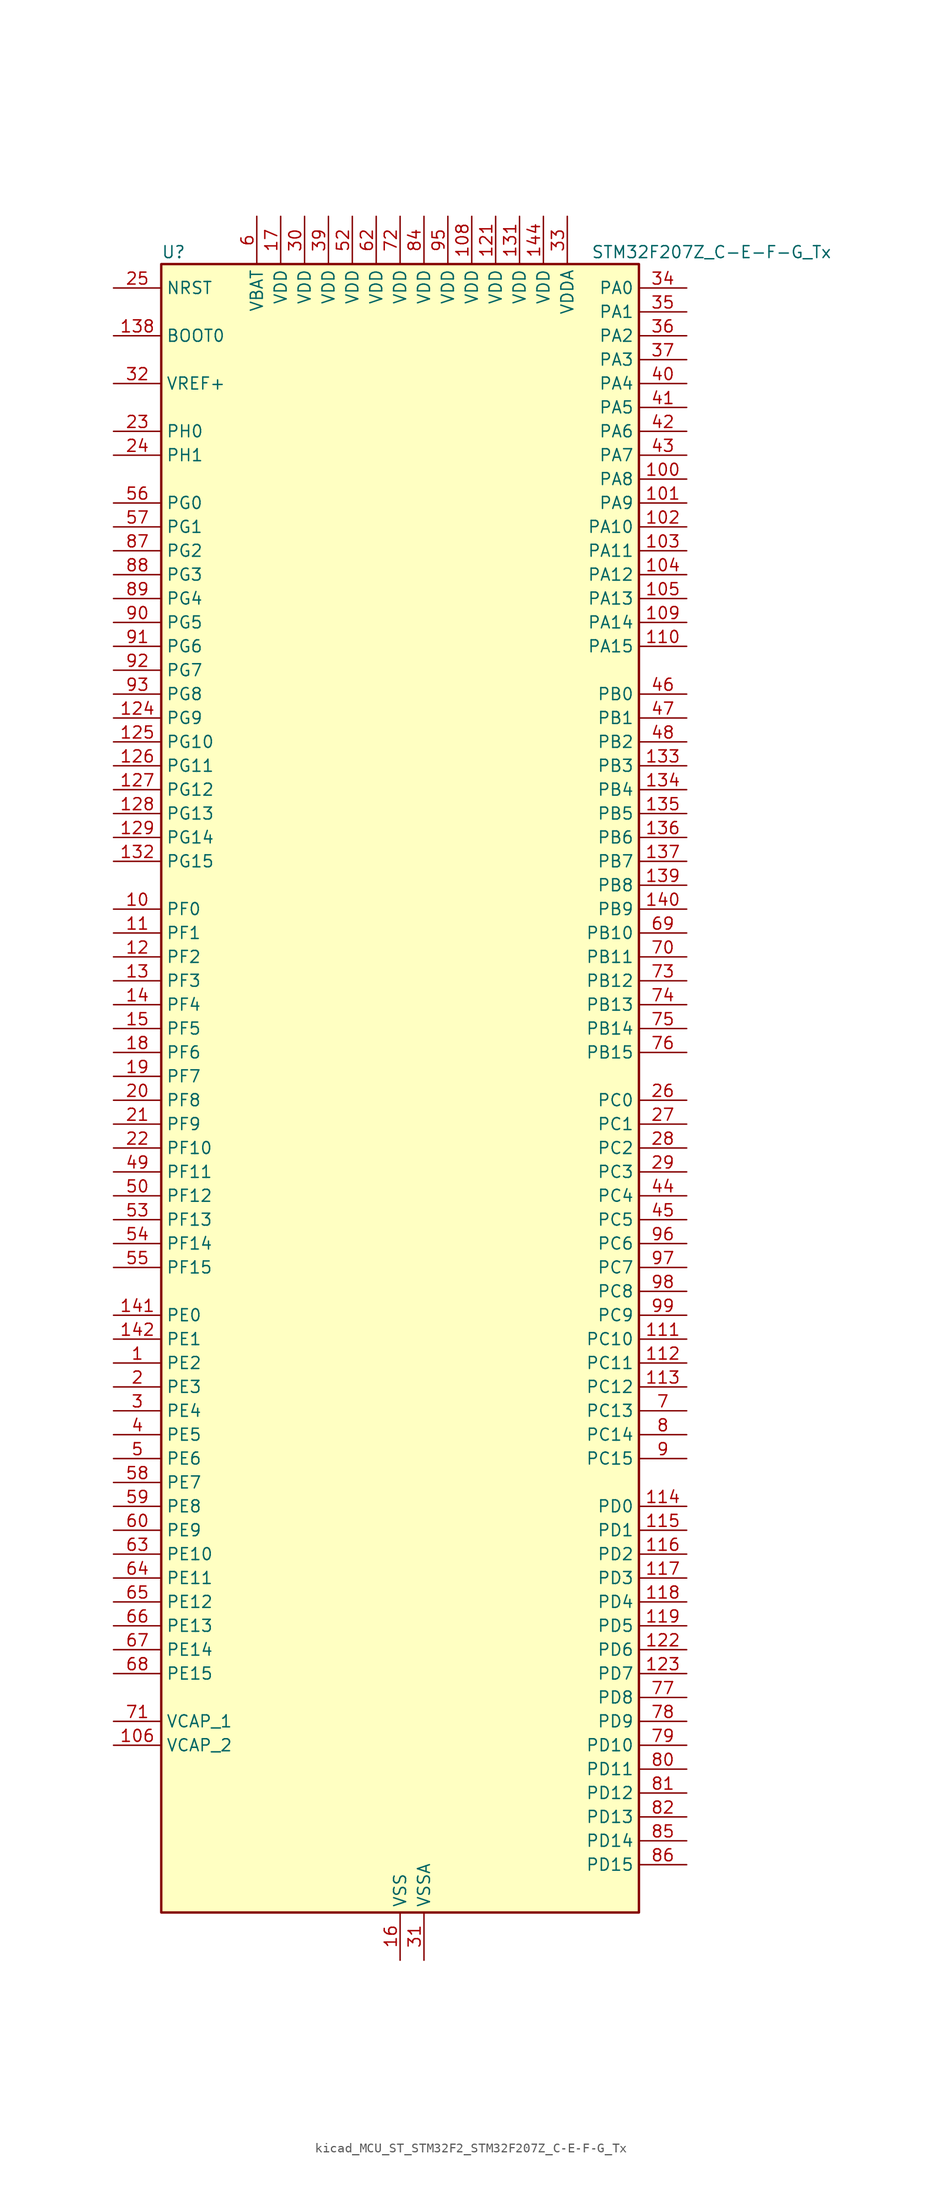
<source format=kicad_sym>
(kicad_symbol_lib
  (version 20220914)
  (generator kicad_symbol_editor)
  (symbol "kicad_MCU_ST_STM32F2_STM32F207Z_C-E-F-G_Tx"
    (property "Reference" "U"
      (at -25.4 90.17 0)
      (effects (font (size 1.27 1.27)) (justify left)))
    (property "Value" "STM32F207Z_C-E-F-G_Tx"
      (at 20.32 90.17 0)
      (effects (font (size 1.27 1.27)) (justify left)))
    (property "ki_locked" ""
      (at 0 0 0)
      (effects (font (size 1.27 1.27))))
    (symbol "kicad_MCU_ST_STM32F2_STM32F207Z_C-E-F-G_Tx_0_1"
      (rectangle (start -25.4 -86.36) (end 25.4 88.9) (stroke (width 0.254) (type default)) (fill (type background))))
    (symbol "kicad_MCU_ST_STM32F2_STM32F207Z_C-E-F-G_Tx_1_1"
      (pin bidirectional line (at -30.48 -27.94 0) (length 5.08) (name "PE2" (effects (font (size 1.27 1.27)))) (number "1" (effects (font (size 1.27 1.27)))) (alternate "ETH_TXD3" bidirectional line) (alternate "FSMC_A23" bidirectional line) (alternate "SYS_TRACECLK" bidirectional line))
      (pin bidirectional line (at -30.48 20.32 0) (length 5.08) (name "PF0" (effects (font (size 1.27 1.27)))) (number "10" (effects (font (size 1.27 1.27)))) (alternate "FSMC_A0" bidirectional line) (alternate "I2C2_SDA" bidirectional line))
      (pin bidirectional line (at 30.48 66.04 180) (length 5.08) (name "PA8" (effects (font (size 1.27 1.27)))) (number "100" (effects (font (size 1.27 1.27)))) (alternate "I2C3_SCL" bidirectional line) (alternate "RCC_MCO_1" bidirectional line) (alternate "TIM1_CH1" bidirectional line) (alternate "USART1_CK" bidirectional line) (alternate "USB_OTG_FS_SOF" bidirectional line))
      (pin bidirectional line (at 30.48 63.5 180) (length 5.08) (name "PA9" (effects (font (size 1.27 1.27)))) (number "101" (effects (font (size 1.27 1.27)))) (alternate "DAC_EXTI9" bidirectional line) (alternate "DCMI_D0" bidirectional line) (alternate "I2C3_SMBA" bidirectional line) (alternate "TIM1_CH2" bidirectional line) (alternate "USART1_TX" bidirectional line) (alternate "USB_OTG_FS_VBUS" bidirectional line))
      (pin bidirectional line (at 30.48 60.96 180) (length 5.08) (name "PA10" (effects (font (size 1.27 1.27)))) (number "102" (effects (font (size 1.27 1.27)))) (alternate "DCMI_D1" bidirectional line) (alternate "TIM1_CH3" bidirectional line) (alternate "USART1_RX" bidirectional line) (alternate "USB_OTG_FS_ID" bidirectional line))
      (pin bidirectional line (at 30.48 58.42 180) (length 5.08) (name "PA11" (effects (font (size 1.27 1.27)))) (number "103" (effects (font (size 1.27 1.27)))) (alternate "ADC1_EXTI11" bidirectional line) (alternate "ADC2_EXTI11" bidirectional line) (alternate "ADC3_EXTI11" bidirectional line) (alternate "CAN1_RX" bidirectional line) (alternate "TIM1_CH4" bidirectional line) (alternate "USART1_CTS" bidirectional line) (alternate "USB_OTG_FS_DM" bidirectional line))
      (pin bidirectional line (at 30.48 55.88 180) (length 5.08) (name "PA12" (effects (font (size 1.27 1.27)))) (number "104" (effects (font (size 1.27 1.27)))) (alternate "CAN1_TX" bidirectional line) (alternate "TIM1_ETR" bidirectional line) (alternate "USART1_RTS" bidirectional line) (alternate "USB_OTG_FS_DP" bidirectional line))
      (pin bidirectional line (at 30.48 53.34 180) (length 5.08) (name "PA13" (effects (font (size 1.27 1.27)))) (number "105" (effects (font (size 1.27 1.27)))) (alternate "SYS_JTMS-SWDIO" bidirectional line))
      (pin power_out line (at -30.48 -68.58 0) (length 5.08) (name "VCAP_2" (effects (font (size 1.27 1.27)))) (number "106" (effects (font (size 1.27 1.27)))))
      (pin passive line (at 0 -91.44 90) (length 5.08) hide (name "VSS" (effects (font (size 1.27 1.27)))) (number "107" (effects (font (size 1.27 1.27)))))
      (pin power_in line (at 7.62 93.98 270) (length 5.08) (name "VDD" (effects (font (size 1.27 1.27)))) (number "108" (effects (font (size 1.27 1.27)))))
      (pin bidirectional line (at 30.48 50.8 180) (length 5.08) (name "PA14" (effects (font (size 1.27 1.27)))) (number "109" (effects (font (size 1.27 1.27)))) (alternate "SYS_JTCK-SWCLK" bidirectional line))
      (pin bidirectional line (at -30.48 17.78 0) (length 5.08) (name "PF1" (effects (font (size 1.27 1.27)))) (number "11" (effects (font (size 1.27 1.27)))) (alternate "FSMC_A1" bidirectional line) (alternate "I2C2_SCL" bidirectional line))
      (pin bidirectional line (at 30.48 48.26 180) (length 5.08) (name "PA15" (effects (font (size 1.27 1.27)))) (number "110" (effects (font (size 1.27 1.27)))) (alternate "ADC1_EXTI15" bidirectional line) (alternate "ADC2_EXTI15" bidirectional line) (alternate "ADC3_EXTI15" bidirectional line) (alternate "I2S3_WS" bidirectional line) (alternate "SPI1_NSS" bidirectional line) (alternate "SPI3_NSS" bidirectional line) (alternate "SYS_JTDI" bidirectional line) (alternate "TIM2_CH1" bidirectional line) (alternate "TIM2_ETR" bidirectional line))
      (pin bidirectional line (at 30.48 -25.4 180) (length 5.08) (name "PC10" (effects (font (size 1.27 1.27)))) (number "111" (effects (font (size 1.27 1.27)))) (alternate "DCMI_D8" bidirectional line) (alternate "I2S3_SCK" bidirectional line) (alternate "SDIO_D2" bidirectional line) (alternate "SPI3_SCK" bidirectional line) (alternate "UART4_TX" bidirectional line) (alternate "USART3_TX" bidirectional line))
      (pin bidirectional line (at 30.48 -27.94 180) (length 5.08) (name "PC11" (effects (font (size 1.27 1.27)))) (number "112" (effects (font (size 1.27 1.27)))) (alternate "ADC1_EXTI11" bidirectional line) (alternate "ADC2_EXTI11" bidirectional line) (alternate "ADC3_EXTI11" bidirectional line) (alternate "DCMI_D4" bidirectional line) (alternate "SDIO_D3" bidirectional line) (alternate "SPI3_MISO" bidirectional line) (alternate "UART4_RX" bidirectional line) (alternate "USART3_RX" bidirectional line))
      (pin bidirectional line (at 30.48 -30.48 180) (length 5.08) (name "PC12" (effects (font (size 1.27 1.27)))) (number "113" (effects (font (size 1.27 1.27)))) (alternate "DCMI_D9" bidirectional line) (alternate "I2S3_SD" bidirectional line) (alternate "SDIO_CK" bidirectional line) (alternate "SPI3_MOSI" bidirectional line) (alternate "UART5_TX" bidirectional line) (alternate "USART3_CK" bidirectional line))
      (pin bidirectional line (at 30.48 -43.18 180) (length 5.08) (name "PD0" (effects (font (size 1.27 1.27)))) (number "114" (effects (font (size 1.27 1.27)))) (alternate "CAN1_RX" bidirectional line) (alternate "FSMC_D2" bidirectional line) (alternate "FSMC_DA2" bidirectional line))
      (pin bidirectional line (at 30.48 -45.72 180) (length 5.08) (name "PD1" (effects (font (size 1.27 1.27)))) (number "115" (effects (font (size 1.27 1.27)))) (alternate "CAN1_TX" bidirectional line) (alternate "FSMC_D3" bidirectional line) (alternate "FSMC_DA3" bidirectional line))
      (pin bidirectional line (at 30.48 -48.26 180) (length 5.08) (name "PD2" (effects (font (size 1.27 1.27)))) (number "116" (effects (font (size 1.27 1.27)))) (alternate "DCMI_D11" bidirectional line) (alternate "SDIO_CMD" bidirectional line) (alternate "TIM3_ETR" bidirectional line) (alternate "UART5_RX" bidirectional line))
      (pin bidirectional line (at 30.48 -50.8 180) (length 5.08) (name "PD3" (effects (font (size 1.27 1.27)))) (number "117" (effects (font (size 1.27 1.27)))) (alternate "FSMC_CLK" bidirectional line) (alternate "USART2_CTS" bidirectional line))
      (pin bidirectional line (at 30.48 -53.34 180) (length 5.08) (name "PD4" (effects (font (size 1.27 1.27)))) (number "118" (effects (font (size 1.27 1.27)))) (alternate "FSMC_NOE" bidirectional line) (alternate "USART2_RTS" bidirectional line))
      (pin bidirectional line (at 30.48 -55.88 180) (length 5.08) (name "PD5" (effects (font (size 1.27 1.27)))) (number "119" (effects (font (size 1.27 1.27)))) (alternate "FSMC_NWE" bidirectional line) (alternate "USART2_TX" bidirectional line))
      (pin bidirectional line (at -30.48 15.24 0) (length 5.08) (name "PF2" (effects (font (size 1.27 1.27)))) (number "12" (effects (font (size 1.27 1.27)))) (alternate "FSMC_A2" bidirectional line) (alternate "I2C2_SMBA" bidirectional line))
      (pin passive line (at 0 -91.44 90) (length 5.08) hide (name "VSS" (effects (font (size 1.27 1.27)))) (number "120" (effects (font (size 1.27 1.27)))))
      (pin power_in line (at 10.16 93.98 270) (length 5.08) (name "VDD" (effects (font (size 1.27 1.27)))) (number "121" (effects (font (size 1.27 1.27)))))
      (pin bidirectional line (at 30.48 -58.42 180) (length 5.08) (name "PD6" (effects (font (size 1.27 1.27)))) (number "122" (effects (font (size 1.27 1.27)))) (alternate "FSMC_NWAIT" bidirectional line) (alternate "USART2_RX" bidirectional line))
      (pin bidirectional line (at 30.48 -60.96 180) (length 5.08) (name "PD7" (effects (font (size 1.27 1.27)))) (number "123" (effects (font (size 1.27 1.27)))) (alternate "FSMC_NCE2" bidirectional line) (alternate "FSMC_NE1" bidirectional line) (alternate "USART2_CK" bidirectional line))
      (pin bidirectional line (at -30.48 40.64 0) (length 5.08) (name "PG9" (effects (font (size 1.27 1.27)))) (number "124" (effects (font (size 1.27 1.27)))) (alternate "DAC_EXTI9" bidirectional line) (alternate "FSMC_NCE3" bidirectional line) (alternate "FSMC_NE2" bidirectional line) (alternate "USART6_RX" bidirectional line))
      (pin bidirectional line (at -30.48 38.1 0) (length 5.08) (name "PG10" (effects (font (size 1.27 1.27)))) (number "125" (effects (font (size 1.27 1.27)))) (alternate "FSMC_NCE4_1" bidirectional line) (alternate "FSMC_NE3" bidirectional line))
      (pin bidirectional line (at -30.48 35.56 0) (length 5.08) (name "PG11" (effects (font (size 1.27 1.27)))) (number "126" (effects (font (size 1.27 1.27)))) (alternate "ADC1_EXTI11" bidirectional line) (alternate "ADC2_EXTI11" bidirectional line) (alternate "ADC3_EXTI11" bidirectional line) (alternate "ETH_TX_EN" bidirectional line) (alternate "FSMC_NCE4_2" bidirectional line))
      (pin bidirectional line (at -30.48 33.02 0) (length 5.08) (name "PG12" (effects (font (size 1.27 1.27)))) (number "127" (effects (font (size 1.27 1.27)))) (alternate "FSMC_NE4" bidirectional line) (alternate "USART6_RTS" bidirectional line))
      (pin bidirectional line (at -30.48 30.48 0) (length 5.08) (name "PG13" (effects (font (size 1.27 1.27)))) (number "128" (effects (font (size 1.27 1.27)))) (alternate "ETH_TXD0" bidirectional line) (alternate "FSMC_A24" bidirectional line) (alternate "USART6_CTS" bidirectional line))
      (pin bidirectional line (at -30.48 27.94 0) (length 5.08) (name "PG14" (effects (font (size 1.27 1.27)))) (number "129" (effects (font (size 1.27 1.27)))) (alternate "ETH_TXD1" bidirectional line) (alternate "FSMC_A25" bidirectional line) (alternate "USART6_TX" bidirectional line))
      (pin bidirectional line (at -30.48 12.7 0) (length 5.08) (name "PF3" (effects (font (size 1.27 1.27)))) (number "13" (effects (font (size 1.27 1.27)))) (alternate "ADC3_IN9" bidirectional line) (alternate "FSMC_A3" bidirectional line))
      (pin passive line (at 0 -91.44 90) (length 5.08) hide (name "VSS" (effects (font (size 1.27 1.27)))) (number "130" (effects (font (size 1.27 1.27)))))
      (pin power_in line (at 12.7 93.98 270) (length 5.08) (name "VDD" (effects (font (size 1.27 1.27)))) (number "131" (effects (font (size 1.27 1.27)))))
      (pin bidirectional line (at -30.48 25.4 0) (length 5.08) (name "PG15" (effects (font (size 1.27 1.27)))) (number "132" (effects (font (size 1.27 1.27)))) (alternate "ADC1_EXTI15" bidirectional line) (alternate "ADC2_EXTI15" bidirectional line) (alternate "ADC3_EXTI15" bidirectional line) (alternate "DCMI_D13" bidirectional line) (alternate "USART6_CTS" bidirectional line))
      (pin bidirectional line (at 30.48 35.56 180) (length 5.08) (name "PB3" (effects (font (size 1.27 1.27)))) (number "133" (effects (font (size 1.27 1.27)))) (alternate "I2S3_SCK" bidirectional line) (alternate "SPI1_SCK" bidirectional line) (alternate "SPI3_SCK" bidirectional line) (alternate "SYS_JTDO-SWO" bidirectional line) (alternate "TIM2_CH2" bidirectional line))
      (pin bidirectional line (at 30.48 33.02 180) (length 5.08) (name "PB4" (effects (font (size 1.27 1.27)))) (number "134" (effects (font (size 1.27 1.27)))) (alternate "SPI1_MISO" bidirectional line) (alternate "SPI3_MISO" bidirectional line) (alternate "SYS_JTRST" bidirectional line) (alternate "TIM3_CH1" bidirectional line))
      (pin bidirectional line (at 30.48 30.48 180) (length 5.08) (name "PB5" (effects (font (size 1.27 1.27)))) (number "135" (effects (font (size 1.27 1.27)))) (alternate "CAN2_RX" bidirectional line) (alternate "DCMI_D10" bidirectional line) (alternate "ETH_PPS_OUT" bidirectional line) (alternate "I2C1_SMBA" bidirectional line) (alternate "I2S3_SD" bidirectional line) (alternate "SPI1_MOSI" bidirectional line) (alternate "SPI3_MOSI" bidirectional line) (alternate "TIM3_CH2" bidirectional line) (alternate "USB_OTG_HS_ULPI_D7" bidirectional line))
      (pin bidirectional line (at 30.48 27.94 180) (length 5.08) (name "PB6" (effects (font (size 1.27 1.27)))) (number "136" (effects (font (size 1.27 1.27)))) (alternate "CAN2_TX" bidirectional line) (alternate "DCMI_D5" bidirectional line) (alternate "I2C1_SCL" bidirectional line) (alternate "TIM4_CH1" bidirectional line) (alternate "USART1_TX" bidirectional line))
      (pin bidirectional line (at 30.48 25.4 180) (length 5.08) (name "PB7" (effects (font (size 1.27 1.27)))) (number "137" (effects (font (size 1.27 1.27)))) (alternate "DCMI_VSYNC" bidirectional line) (alternate "FSMC_NL" bidirectional line) (alternate "I2C1_SDA" bidirectional line) (alternate "TIM4_CH2" bidirectional line) (alternate "USART1_RX" bidirectional line))
      (pin input line (at -30.48 81.28 0) (length 5.08) (name "BOOT0" (effects (font (size 1.27 1.27)))) (number "138" (effects (font (size 1.27 1.27)))))
      (pin bidirectional line (at 30.48 22.86 180) (length 5.08) (name "PB8" (effects (font (size 1.27 1.27)))) (number "139" (effects (font (size 1.27 1.27)))) (alternate "CAN1_RX" bidirectional line) (alternate "DCMI_D6" bidirectional line) (alternate "ETH_TXD3" bidirectional line) (alternate "I2C1_SCL" bidirectional line) (alternate "SDIO_D4" bidirectional line) (alternate "TIM10_CH1" bidirectional line) (alternate "TIM4_CH3" bidirectional line))
      (pin bidirectional line (at -30.48 10.16 0) (length 5.08) (name "PF4" (effects (font (size 1.27 1.27)))) (number "14" (effects (font (size 1.27 1.27)))) (alternate "ADC3_IN14" bidirectional line) (alternate "FSMC_A4" bidirectional line))
      (pin bidirectional line (at 30.48 20.32 180) (length 5.08) (name "PB9" (effects (font (size 1.27 1.27)))) (number "140" (effects (font (size 1.27 1.27)))) (alternate "CAN1_TX" bidirectional line) (alternate "DAC_EXTI9" bidirectional line) (alternate "DCMI_D7" bidirectional line) (alternate "I2C1_SDA" bidirectional line) (alternate "I2S2_WS" bidirectional line) (alternate "SDIO_D5" bidirectional line) (alternate "SPI2_NSS" bidirectional line) (alternate "TIM11_CH1" bidirectional line) (alternate "TIM4_CH4" bidirectional line))
      (pin bidirectional line (at -30.48 -22.86 0) (length 5.08) (name "PE0" (effects (font (size 1.27 1.27)))) (number "141" (effects (font (size 1.27 1.27)))) (alternate "DCMI_D2" bidirectional line) (alternate "FSMC_NBL0" bidirectional line) (alternate "TIM4_ETR" bidirectional line))
      (pin bidirectional line (at -30.48 -25.4 0) (length 5.08) (name "PE1" (effects (font (size 1.27 1.27)))) (number "142" (effects (font (size 1.27 1.27)))) (alternate "DCMI_D3" bidirectional line) (alternate "FSMC_NBL1" bidirectional line))
      (pin no_connect line (at -25.4 -86.36 0) (length 5.08) hide (name "RFU" (effects (font (size 1.27 1.27)))) (number "143" (effects (font (size 1.27 1.27)))))
      (pin power_in line (at 15.24 93.98 270) (length 5.08) (name "VDD" (effects (font (size 1.27 1.27)))) (number "144" (effects (font (size 1.27 1.27)))))
      (pin bidirectional line (at -30.48 7.62 0) (length 5.08) (name "PF5" (effects (font (size 1.27 1.27)))) (number "15" (effects (font (size 1.27 1.27)))) (alternate "ADC3_IN15" bidirectional line) (alternate "FSMC_A5" bidirectional line))
      (pin power_in line (at 0 -91.44 90) (length 5.08) (name "VSS" (effects (font (size 1.27 1.27)))) (number "16" (effects (font (size 1.27 1.27)))))
      (pin power_in line (at -12.7 93.98 270) (length 5.08) (name "VDD" (effects (font (size 1.27 1.27)))) (number "17" (effects (font (size 1.27 1.27)))))
      (pin bidirectional line (at -30.48 5.08 0) (length 5.08) (name "PF6" (effects (font (size 1.27 1.27)))) (number "18" (effects (font (size 1.27 1.27)))) (alternate "ADC3_IN4" bidirectional line) (alternate "FSMC_NIORD" bidirectional line) (alternate "TIM10_CH1" bidirectional line))
      (pin bidirectional line (at -30.48 2.54 0) (length 5.08) (name "PF7" (effects (font (size 1.27 1.27)))) (number "19" (effects (font (size 1.27 1.27)))) (alternate "ADC3_IN5" bidirectional line) (alternate "FSMC_NREG" bidirectional line) (alternate "TIM11_CH1" bidirectional line))
      (pin bidirectional line (at -30.48 -30.48 0) (length 5.08) (name "PE3" (effects (font (size 1.27 1.27)))) (number "2" (effects (font (size 1.27 1.27)))) (alternate "FSMC_A19" bidirectional line) (alternate "SYS_TRACED0" bidirectional line))
      (pin bidirectional line (at -30.48 0 0) (length 5.08) (name "PF8" (effects (font (size 1.27 1.27)))) (number "20" (effects (font (size 1.27 1.27)))) (alternate "ADC3_IN6" bidirectional line) (alternate "FSMC_NIOWR" bidirectional line) (alternate "TIM13_CH1" bidirectional line))
      (pin bidirectional line (at -30.48 -2.54 0) (length 5.08) (name "PF9" (effects (font (size 1.27 1.27)))) (number "21" (effects (font (size 1.27 1.27)))) (alternate "ADC3_IN7" bidirectional line) (alternate "DAC_EXTI9" bidirectional line) (alternate "FSMC_CD" bidirectional line) (alternate "TIM14_CH1" bidirectional line))
      (pin bidirectional line (at -30.48 -5.08 0) (length 5.08) (name "PF10" (effects (font (size 1.27 1.27)))) (number "22" (effects (font (size 1.27 1.27)))) (alternate "ADC3_IN8" bidirectional line) (alternate "FSMC_INTR" bidirectional line))
      (pin bidirectional line (at -30.48 71.12 0) (length 5.08) (name "PH0" (effects (font (size 1.27 1.27)))) (number "23" (effects (font (size 1.27 1.27)))) (alternate "RCC_OSC_IN" bidirectional line))
      (pin bidirectional line (at -30.48 68.58 0) (length 5.08) (name "PH1" (effects (font (size 1.27 1.27)))) (number "24" (effects (font (size 1.27 1.27)))) (alternate "RCC_OSC_OUT" bidirectional line))
      (pin input line (at -30.48 86.36 0) (length 5.08) (name "NRST" (effects (font (size 1.27 1.27)))) (number "25" (effects (font (size 1.27 1.27)))))
      (pin bidirectional line (at 30.48 0 180) (length 5.08) (name "PC0" (effects (font (size 1.27 1.27)))) (number "26" (effects (font (size 1.27 1.27)))) (alternate "ADC1_IN10" bidirectional line) (alternate "ADC2_IN10" bidirectional line) (alternate "ADC3_IN10" bidirectional line) (alternate "USB_OTG_HS_ULPI_STP" bidirectional line))
      (pin bidirectional line (at 30.48 -2.54 180) (length 5.08) (name "PC1" (effects (font (size 1.27 1.27)))) (number "27" (effects (font (size 1.27 1.27)))) (alternate "ADC1_IN11" bidirectional line) (alternate "ADC2_IN11" bidirectional line) (alternate "ADC3_IN11" bidirectional line) (alternate "ETH_MDC" bidirectional line))
      (pin bidirectional line (at 30.48 -5.08 180) (length 5.08) (name "PC2" (effects (font (size 1.27 1.27)))) (number "28" (effects (font (size 1.27 1.27)))) (alternate "ADC1_IN12" bidirectional line) (alternate "ADC2_IN12" bidirectional line) (alternate "ADC3_IN12" bidirectional line) (alternate "ETH_TXD2" bidirectional line) (alternate "SPI2_MISO" bidirectional line) (alternate "USB_OTG_HS_ULPI_DIR" bidirectional line))
      (pin bidirectional line (at 30.48 -7.62 180) (length 5.08) (name "PC3" (effects (font (size 1.27 1.27)))) (number "29" (effects (font (size 1.27 1.27)))) (alternate "ADC1_IN13" bidirectional line) (alternate "ADC2_IN13" bidirectional line) (alternate "ADC3_IN13" bidirectional line) (alternate "ETH_TX_CLK" bidirectional line) (alternate "I2S2_SD" bidirectional line) (alternate "SPI2_MOSI" bidirectional line) (alternate "USB_OTG_HS_ULPI_NXT" bidirectional line))
      (pin bidirectional line (at -30.48 -33.02 0) (length 5.08) (name "PE4" (effects (font (size 1.27 1.27)))) (number "3" (effects (font (size 1.27 1.27)))) (alternate "DCMI_D4" bidirectional line) (alternate "FSMC_A20" bidirectional line) (alternate "SYS_TRACED1" bidirectional line))
      (pin power_in line (at -10.16 93.98 270) (length 5.08) (name "VDD" (effects (font (size 1.27 1.27)))) (number "30" (effects (font (size 1.27 1.27)))))
      (pin power_in line (at 2.54 -91.44 90) (length 5.08) (name "VSSA" (effects (font (size 1.27 1.27)))) (number "31" (effects (font (size 1.27 1.27)))))
      (pin input line (at -30.48 76.2 0) (length 5.08) (name "VREF+" (effects (font (size 1.27 1.27)))) (number "32" (effects (font (size 1.27 1.27)))))
      (pin power_in line (at 17.78 93.98 270) (length 5.08) (name "VDDA" (effects (font (size 1.27 1.27)))) (number "33" (effects (font (size 1.27 1.27)))))
      (pin bidirectional line (at 30.48 86.36 180) (length 5.08) (name "PA0" (effects (font (size 1.27 1.27)))) (number "34" (effects (font (size 1.27 1.27)))) (alternate "ADC1_IN0" bidirectional line) (alternate "ADC2_IN0" bidirectional line) (alternate "ADC3_IN0" bidirectional line) (alternate "ETH_CRS" bidirectional line) (alternate "SYS_WKUP" bidirectional line) (alternate "TIM2_CH1" bidirectional line) (alternate "TIM2_ETR" bidirectional line) (alternate "TIM5_CH1" bidirectional line) (alternate "TIM8_ETR" bidirectional line) (alternate "UART4_TX" bidirectional line) (alternate "USART2_CTS" bidirectional line))
      (pin bidirectional line (at 30.48 83.82 180) (length 5.08) (name "PA1" (effects (font (size 1.27 1.27)))) (number "35" (effects (font (size 1.27 1.27)))) (alternate "ADC1_IN1" bidirectional line) (alternate "ADC2_IN1" bidirectional line) (alternate "ADC3_IN1" bidirectional line) (alternate "ETH_REF_CLK" bidirectional line) (alternate "ETH_RX_CLK" bidirectional line) (alternate "TIM2_CH2" bidirectional line) (alternate "TIM5_CH2" bidirectional line) (alternate "UART4_RX" bidirectional line) (alternate "USART2_RTS" bidirectional line))
      (pin bidirectional line (at 30.48 81.28 180) (length 5.08) (name "PA2" (effects (font (size 1.27 1.27)))) (number "36" (effects (font (size 1.27 1.27)))) (alternate "ADC1_IN2" bidirectional line) (alternate "ADC2_IN2" bidirectional line) (alternate "ADC3_IN2" bidirectional line) (alternate "ETH_MDIO" bidirectional line) (alternate "TIM2_CH3" bidirectional line) (alternate "TIM5_CH3" bidirectional line) (alternate "TIM9_CH1" bidirectional line) (alternate "USART2_TX" bidirectional line))
      (pin bidirectional line (at 30.48 78.74 180) (length 5.08) (name "PA3" (effects (font (size 1.27 1.27)))) (number "37" (effects (font (size 1.27 1.27)))) (alternate "ADC1_IN3" bidirectional line) (alternate "ADC2_IN3" bidirectional line) (alternate "ADC3_IN3" bidirectional line) (alternate "ETH_COL" bidirectional line) (alternate "TIM2_CH4" bidirectional line) (alternate "TIM5_CH4" bidirectional line) (alternate "TIM9_CH2" bidirectional line) (alternate "USART2_RX" bidirectional line) (alternate "USB_OTG_HS_ULPI_D0" bidirectional line))
      (pin passive line (at 0 -91.44 90) (length 5.08) hide (name "VSS" (effects (font (size 1.27 1.27)))) (number "38" (effects (font (size 1.27 1.27)))))
      (pin power_in line (at -7.62 93.98 270) (length 5.08) (name "VDD" (effects (font (size 1.27 1.27)))) (number "39" (effects (font (size 1.27 1.27)))))
      (pin bidirectional line (at -30.48 -35.56 0) (length 5.08) (name "PE5" (effects (font (size 1.27 1.27)))) (number "4" (effects (font (size 1.27 1.27)))) (alternate "DCMI_D6" bidirectional line) (alternate "FSMC_A21" bidirectional line) (alternate "SYS_TRACED2" bidirectional line) (alternate "TIM9_CH1" bidirectional line))
      (pin bidirectional line (at 30.48 76.2 180) (length 5.08) (name "PA4" (effects (font (size 1.27 1.27)))) (number "40" (effects (font (size 1.27 1.27)))) (alternate "ADC1_IN4" bidirectional line) (alternate "ADC2_IN4" bidirectional line) (alternate "DAC_OUT1" bidirectional line) (alternate "DCMI_HSYNC" bidirectional line) (alternate "I2S3_WS" bidirectional line) (alternate "SPI1_NSS" bidirectional line) (alternate "SPI3_NSS" bidirectional line) (alternate "USART2_CK" bidirectional line) (alternate "USB_OTG_HS_SOF" bidirectional line))
      (pin bidirectional line (at 30.48 73.66 180) (length 5.08) (name "PA5" (effects (font (size 1.27 1.27)))) (number "41" (effects (font (size 1.27 1.27)))) (alternate "ADC1_IN5" bidirectional line) (alternate "ADC2_IN5" bidirectional line) (alternate "DAC_OUT2" bidirectional line) (alternate "SPI1_SCK" bidirectional line) (alternate "TIM2_CH1" bidirectional line) (alternate "TIM2_ETR" bidirectional line) (alternate "TIM8_CH1N" bidirectional line) (alternate "USB_OTG_HS_ULPI_CK" bidirectional line))
      (pin bidirectional line (at 30.48 71.12 180) (length 5.08) (name "PA6" (effects (font (size 1.27 1.27)))) (number "42" (effects (font (size 1.27 1.27)))) (alternate "ADC1_IN6" bidirectional line) (alternate "ADC2_IN6" bidirectional line) (alternate "DCMI_PIXCLK" bidirectional line) (alternate "SPI1_MISO" bidirectional line) (alternate "TIM13_CH1" bidirectional line) (alternate "TIM1_BKIN" bidirectional line) (alternate "TIM3_CH1" bidirectional line) (alternate "TIM8_BKIN" bidirectional line))
      (pin bidirectional line (at 30.48 68.58 180) (length 5.08) (name "PA7" (effects (font (size 1.27 1.27)))) (number "43" (effects (font (size 1.27 1.27)))) (alternate "ADC1_IN7" bidirectional line) (alternate "ADC2_IN7" bidirectional line) (alternate "ETH_CRS_DV" bidirectional line) (alternate "ETH_RX_DV" bidirectional line) (alternate "SPI1_MOSI" bidirectional line) (alternate "TIM14_CH1" bidirectional line) (alternate "TIM1_CH1N" bidirectional line) (alternate "TIM3_CH2" bidirectional line) (alternate "TIM8_CH1N" bidirectional line))
      (pin bidirectional line (at 30.48 -10.16 180) (length 5.08) (name "PC4" (effects (font (size 1.27 1.27)))) (number "44" (effects (font (size 1.27 1.27)))) (alternate "ADC1_IN14" bidirectional line) (alternate "ADC2_IN14" bidirectional line) (alternate "ETH_RXD0" bidirectional line))
      (pin bidirectional line (at 30.48 -12.7 180) (length 5.08) (name "PC5" (effects (font (size 1.27 1.27)))) (number "45" (effects (font (size 1.27 1.27)))) (alternate "ADC1_IN15" bidirectional line) (alternate "ADC2_IN15" bidirectional line) (alternate "ETH_RXD1" bidirectional line))
      (pin bidirectional line (at 30.48 43.18 180) (length 5.08) (name "PB0" (effects (font (size 1.27 1.27)))) (number "46" (effects (font (size 1.27 1.27)))) (alternate "ADC1_IN8" bidirectional line) (alternate "ADC2_IN8" bidirectional line) (alternate "ETH_RXD2" bidirectional line) (alternate "TIM1_CH2N" bidirectional line) (alternate "TIM3_CH3" bidirectional line) (alternate "TIM8_CH2N" bidirectional line) (alternate "USB_OTG_HS_ULPI_D1" bidirectional line))
      (pin bidirectional line (at 30.48 40.64 180) (length 5.08) (name "PB1" (effects (font (size 1.27 1.27)))) (number "47" (effects (font (size 1.27 1.27)))) (alternate "ADC1_IN9" bidirectional line) (alternate "ADC2_IN9" bidirectional line) (alternate "ETH_RXD3" bidirectional line) (alternate "TIM1_CH3N" bidirectional line) (alternate "TIM3_CH4" bidirectional line) (alternate "TIM8_CH3N" bidirectional line) (alternate "USB_OTG_HS_ULPI_D2" bidirectional line))
      (pin bidirectional line (at 30.48 38.1 180) (length 5.08) (name "PB2" (effects (font (size 1.27 1.27)))) (number "48" (effects (font (size 1.27 1.27)))))
      (pin bidirectional line (at -30.48 -7.62 0) (length 5.08) (name "PF11" (effects (font (size 1.27 1.27)))) (number "49" (effects (font (size 1.27 1.27)))) (alternate "ADC1_EXTI11" bidirectional line) (alternate "ADC2_EXTI11" bidirectional line) (alternate "ADC3_EXTI11" bidirectional line) (alternate "DCMI_D12" bidirectional line))
      (pin bidirectional line (at -30.48 -38.1 0) (length 5.08) (name "PE6" (effects (font (size 1.27 1.27)))) (number "5" (effects (font (size 1.27 1.27)))) (alternate "DCMI_D7" bidirectional line) (alternate "FSMC_A22" bidirectional line) (alternate "SYS_TRACED3" bidirectional line) (alternate "TIM9_CH2" bidirectional line))
      (pin bidirectional line (at -30.48 -10.16 0) (length 5.08) (name "PF12" (effects (font (size 1.27 1.27)))) (number "50" (effects (font (size 1.27 1.27)))) (alternate "FSMC_A6" bidirectional line))
      (pin passive line (at 0 -91.44 90) (length 5.08) hide (name "VSS" (effects (font (size 1.27 1.27)))) (number "51" (effects (font (size 1.27 1.27)))))
      (pin power_in line (at -5.08 93.98 270) (length 5.08) (name "VDD" (effects (font (size 1.27 1.27)))) (number "52" (effects (font (size 1.27 1.27)))))
      (pin bidirectional line (at -30.48 -12.7 0) (length 5.08) (name "PF13" (effects (font (size 1.27 1.27)))) (number "53" (effects (font (size 1.27 1.27)))) (alternate "FSMC_A7" bidirectional line))
      (pin bidirectional line (at -30.48 -15.24 0) (length 5.08) (name "PF14" (effects (font (size 1.27 1.27)))) (number "54" (effects (font (size 1.27 1.27)))) (alternate "FSMC_A8" bidirectional line))
      (pin bidirectional line (at -30.48 -17.78 0) (length 5.08) (name "PF15" (effects (font (size 1.27 1.27)))) (number "55" (effects (font (size 1.27 1.27)))) (alternate "ADC1_EXTI15" bidirectional line) (alternate "ADC2_EXTI15" bidirectional line) (alternate "ADC3_EXTI15" bidirectional line) (alternate "FSMC_A9" bidirectional line))
      (pin bidirectional line (at -30.48 63.5 0) (length 5.08) (name "PG0" (effects (font (size 1.27 1.27)))) (number "56" (effects (font (size 1.27 1.27)))) (alternate "FSMC_A10" bidirectional line))
      (pin bidirectional line (at -30.48 60.96 0) (length 5.08) (name "PG1" (effects (font (size 1.27 1.27)))) (number "57" (effects (font (size 1.27 1.27)))) (alternate "FSMC_A11" bidirectional line))
      (pin bidirectional line (at -30.48 -40.64 0) (length 5.08) (name "PE7" (effects (font (size 1.27 1.27)))) (number "58" (effects (font (size 1.27 1.27)))) (alternate "FSMC_D4" bidirectional line) (alternate "FSMC_DA4" bidirectional line) (alternate "TIM1_ETR" bidirectional line))
      (pin bidirectional line (at -30.48 -43.18 0) (length 5.08) (name "PE8" (effects (font (size 1.27 1.27)))) (number "59" (effects (font (size 1.27 1.27)))) (alternate "FSMC_D5" bidirectional line) (alternate "FSMC_DA5" bidirectional line) (alternate "TIM1_CH1N" bidirectional line))
      (pin power_in line (at -15.24 93.98 270) (length 5.08) (name "VBAT" (effects (font (size 1.27 1.27)))) (number "6" (effects (font (size 1.27 1.27)))))
      (pin bidirectional line (at -30.48 -45.72 0) (length 5.08) (name "PE9" (effects (font (size 1.27 1.27)))) (number "60" (effects (font (size 1.27 1.27)))) (alternate "DAC_EXTI9" bidirectional line) (alternate "FSMC_D6" bidirectional line) (alternate "FSMC_DA6" bidirectional line) (alternate "TIM1_CH1" bidirectional line))
      (pin passive line (at 0 -91.44 90) (length 5.08) hide (name "VSS" (effects (font (size 1.27 1.27)))) (number "61" (effects (font (size 1.27 1.27)))))
      (pin power_in line (at -2.54 93.98 270) (length 5.08) (name "VDD" (effects (font (size 1.27 1.27)))) (number "62" (effects (font (size 1.27 1.27)))))
      (pin bidirectional line (at -30.48 -48.26 0) (length 5.08) (name "PE10" (effects (font (size 1.27 1.27)))) (number "63" (effects (font (size 1.27 1.27)))) (alternate "FSMC_D7" bidirectional line) (alternate "FSMC_DA7" bidirectional line) (alternate "TIM1_CH2N" bidirectional line))
      (pin bidirectional line (at -30.48 -50.8 0) (length 5.08) (name "PE11" (effects (font (size 1.27 1.27)))) (number "64" (effects (font (size 1.27 1.27)))) (alternate "ADC1_EXTI11" bidirectional line) (alternate "ADC2_EXTI11" bidirectional line) (alternate "ADC3_EXTI11" bidirectional line) (alternate "FSMC_D8" bidirectional line) (alternate "FSMC_DA8" bidirectional line) (alternate "TIM1_CH2" bidirectional line))
      (pin bidirectional line (at -30.48 -53.34 0) (length 5.08) (name "PE12" (effects (font (size 1.27 1.27)))) (number "65" (effects (font (size 1.27 1.27)))) (alternate "FSMC_D9" bidirectional line) (alternate "FSMC_DA9" bidirectional line) (alternate "TIM1_CH3N" bidirectional line))
      (pin bidirectional line (at -30.48 -55.88 0) (length 5.08) (name "PE13" (effects (font (size 1.27 1.27)))) (number "66" (effects (font (size 1.27 1.27)))) (alternate "FSMC_D10" bidirectional line) (alternate "FSMC_DA10" bidirectional line) (alternate "TIM1_CH3" bidirectional line))
      (pin bidirectional line (at -30.48 -58.42 0) (length 5.08) (name "PE14" (effects (font (size 1.27 1.27)))) (number "67" (effects (font (size 1.27 1.27)))) (alternate "FSMC_D11" bidirectional line) (alternate "FSMC_DA11" bidirectional line) (alternate "TIM1_CH4" bidirectional line))
      (pin bidirectional line (at -30.48 -60.96 0) (length 5.08) (name "PE15" (effects (font (size 1.27 1.27)))) (number "68" (effects (font (size 1.27 1.27)))) (alternate "ADC1_EXTI15" bidirectional line) (alternate "ADC2_EXTI15" bidirectional line) (alternate "ADC3_EXTI15" bidirectional line) (alternate "FSMC_D12" bidirectional line) (alternate "FSMC_DA12" bidirectional line) (alternate "TIM1_BKIN" bidirectional line))
      (pin bidirectional line (at 30.48 17.78 180) (length 5.08) (name "PB10" (effects (font (size 1.27 1.27)))) (number "69" (effects (font (size 1.27 1.27)))) (alternate "ETH_RX_ER" bidirectional line) (alternate "I2C2_SCL" bidirectional line) (alternate "I2S2_SCK" bidirectional line) (alternate "SPI2_SCK" bidirectional line) (alternate "TIM2_CH3" bidirectional line) (alternate "USART3_TX" bidirectional line) (alternate "USB_OTG_HS_ULPI_D3" bidirectional line))
      (pin bidirectional line (at 30.48 -33.02 180) (length 5.08) (name "PC13" (effects (font (size 1.27 1.27)))) (number "7" (effects (font (size 1.27 1.27)))) (alternate "RTC_AF1" bidirectional line))
      (pin bidirectional line (at 30.48 15.24 180) (length 5.08) (name "PB11" (effects (font (size 1.27 1.27)))) (number "70" (effects (font (size 1.27 1.27)))) (alternate "ADC1_EXTI11" bidirectional line) (alternate "ADC2_EXTI11" bidirectional line) (alternate "ADC3_EXTI11" bidirectional line) (alternate "ETH_TX_EN" bidirectional line) (alternate "I2C2_SDA" bidirectional line) (alternate "TIM2_CH4" bidirectional line) (alternate "USART3_RX" bidirectional line) (alternate "USB_OTG_HS_ULPI_D4" bidirectional line))
      (pin power_out line (at -30.48 -66.04 0) (length 5.08) (name "VCAP_1" (effects (font (size 1.27 1.27)))) (number "71" (effects (font (size 1.27 1.27)))))
      (pin power_in line (at 0 93.98 270) (length 5.08) (name "VDD" (effects (font (size 1.27 1.27)))) (number "72" (effects (font (size 1.27 1.27)))))
      (pin bidirectional line (at 30.48 12.7 180) (length 5.08) (name "PB12" (effects (font (size 1.27 1.27)))) (number "73" (effects (font (size 1.27 1.27)))) (alternate "CAN2_RX" bidirectional line) (alternate "ETH_TXD0" bidirectional line) (alternate "I2C2_SMBA" bidirectional line) (alternate "I2S2_WS" bidirectional line) (alternate "SPI2_NSS" bidirectional line) (alternate "TIM1_BKIN" bidirectional line) (alternate "USART3_CK" bidirectional line) (alternate "USB_OTG_HS_ID" bidirectional line) (alternate "USB_OTG_HS_ULPI_D5" bidirectional line))
      (pin bidirectional line (at 30.48 10.16 180) (length 5.08) (name "PB13" (effects (font (size 1.27 1.27)))) (number "74" (effects (font (size 1.27 1.27)))) (alternate "CAN2_TX" bidirectional line) (alternate "ETH_TXD1" bidirectional line) (alternate "I2S2_SCK" bidirectional line) (alternate "SPI2_SCK" bidirectional line) (alternate "TIM1_CH1N" bidirectional line) (alternate "USART3_CTS" bidirectional line) (alternate "USB_OTG_HS_ULPI_D6" bidirectional line) (alternate "USB_OTG_HS_VBUS" bidirectional line))
      (pin bidirectional line (at 30.48 7.62 180) (length 5.08) (name "PB14" (effects (font (size 1.27 1.27)))) (number "75" (effects (font (size 1.27 1.27)))) (alternate "SPI2_MISO" bidirectional line) (alternate "TIM12_CH1" bidirectional line) (alternate "TIM1_CH2N" bidirectional line) (alternate "TIM8_CH2N" bidirectional line) (alternate "USART3_RTS" bidirectional line) (alternate "USB_OTG_HS_DM" bidirectional line))
      (pin bidirectional line (at 30.48 5.08 180) (length 5.08) (name "PB15" (effects (font (size 1.27 1.27)))) (number "76" (effects (font (size 1.27 1.27)))) (alternate "ADC1_EXTI15" bidirectional line) (alternate "ADC2_EXTI15" bidirectional line) (alternate "ADC3_EXTI15" bidirectional line) (alternate "I2S2_SD" bidirectional line) (alternate "RTC_REFIN" bidirectional line) (alternate "SPI2_MOSI" bidirectional line) (alternate "TIM12_CH2" bidirectional line) (alternate "TIM1_CH3N" bidirectional line) (alternate "TIM8_CH3N" bidirectional line) (alternate "USB_OTG_HS_DP" bidirectional line))
      (pin bidirectional line (at 30.48 -63.5 180) (length 5.08) (name "PD8" (effects (font (size 1.27 1.27)))) (number "77" (effects (font (size 1.27 1.27)))) (alternate "FSMC_D13" bidirectional line) (alternate "FSMC_DA13" bidirectional line) (alternate "USART3_TX" bidirectional line))
      (pin bidirectional line (at 30.48 -66.04 180) (length 5.08) (name "PD9" (effects (font (size 1.27 1.27)))) (number "78" (effects (font (size 1.27 1.27)))) (alternate "DAC_EXTI9" bidirectional line) (alternate "FSMC_D14" bidirectional line) (alternate "FSMC_DA14" bidirectional line) (alternate "USART3_RX" bidirectional line))
      (pin bidirectional line (at 30.48 -68.58 180) (length 5.08) (name "PD10" (effects (font (size 1.27 1.27)))) (number "79" (effects (font (size 1.27 1.27)))) (alternate "FSMC_D15" bidirectional line) (alternate "FSMC_DA15" bidirectional line) (alternate "USART3_CK" bidirectional line))
      (pin bidirectional line (at 30.48 -35.56 180) (length 5.08) (name "PC14" (effects (font (size 1.27 1.27)))) (number "8" (effects (font (size 1.27 1.27)))) (alternate "RCC_OSC32_IN" bidirectional line))
      (pin bidirectional line (at 30.48 -71.12 180) (length 5.08) (name "PD11" (effects (font (size 1.27 1.27)))) (number "80" (effects (font (size 1.27 1.27)))) (alternate "ADC1_EXTI11" bidirectional line) (alternate "ADC2_EXTI11" bidirectional line) (alternate "ADC3_EXTI11" bidirectional line) (alternate "FSMC_A16" bidirectional line) (alternate "FSMC_CLE" bidirectional line) (alternate "USART3_CTS" bidirectional line))
      (pin bidirectional line (at 30.48 -73.66 180) (length 5.08) (name "PD12" (effects (font (size 1.27 1.27)))) (number "81" (effects (font (size 1.27 1.27)))) (alternate "FSMC_A17" bidirectional line) (alternate "FSMC_ALE" bidirectional line) (alternate "TIM4_CH1" bidirectional line) (alternate "USART3_RTS" bidirectional line))
      (pin bidirectional line (at 30.48 -76.2 180) (length 5.08) (name "PD13" (effects (font (size 1.27 1.27)))) (number "82" (effects (font (size 1.27 1.27)))) (alternate "FSMC_A18" bidirectional line) (alternate "TIM4_CH2" bidirectional line))
      (pin passive line (at 0 -91.44 90) (length 5.08) hide (name "VSS" (effects (font (size 1.27 1.27)))) (number "83" (effects (font (size 1.27 1.27)))))
      (pin power_in line (at 2.54 93.98 270) (length 5.08) (name "VDD" (effects (font (size 1.27 1.27)))) (number "84" (effects (font (size 1.27 1.27)))))
      (pin bidirectional line (at 30.48 -78.74 180) (length 5.08) (name "PD14" (effects (font (size 1.27 1.27)))) (number "85" (effects (font (size 1.27 1.27)))) (alternate "FSMC_D0" bidirectional line) (alternate "FSMC_DA0" bidirectional line) (alternate "TIM4_CH3" bidirectional line))
      (pin bidirectional line (at 30.48 -81.28 180) (length 5.08) (name "PD15" (effects (font (size 1.27 1.27)))) (number "86" (effects (font (size 1.27 1.27)))) (alternate "ADC1_EXTI15" bidirectional line) (alternate "ADC2_EXTI15" bidirectional line) (alternate "ADC3_EXTI15" bidirectional line) (alternate "FSMC_D1" bidirectional line) (alternate "FSMC_DA1" bidirectional line) (alternate "TIM4_CH4" bidirectional line))
      (pin bidirectional line (at -30.48 58.42 0) (length 5.08) (name "PG2" (effects (font (size 1.27 1.27)))) (number "87" (effects (font (size 1.27 1.27)))) (alternate "FSMC_A12" bidirectional line))
      (pin bidirectional line (at -30.48 55.88 0) (length 5.08) (name "PG3" (effects (font (size 1.27 1.27)))) (number "88" (effects (font (size 1.27 1.27)))) (alternate "FSMC_A13" bidirectional line))
      (pin bidirectional line (at -30.48 53.34 0) (length 5.08) (name "PG4" (effects (font (size 1.27 1.27)))) (number "89" (effects (font (size 1.27 1.27)))) (alternate "FSMC_A14" bidirectional line))
      (pin bidirectional line (at 30.48 -38.1 180) (length 5.08) (name "PC15" (effects (font (size 1.27 1.27)))) (number "9" (effects (font (size 1.27 1.27)))) (alternate "ADC1_EXTI15" bidirectional line) (alternate "ADC2_EXTI15" bidirectional line) (alternate "ADC3_EXTI15" bidirectional line) (alternate "RCC_OSC32_OUT" bidirectional line))
      (pin bidirectional line (at -30.48 50.8 0) (length 5.08) (name "PG5" (effects (font (size 1.27 1.27)))) (number "90" (effects (font (size 1.27 1.27)))) (alternate "FSMC_A15" bidirectional line))
      (pin bidirectional line (at -30.48 48.26 0) (length 5.08) (name "PG6" (effects (font (size 1.27 1.27)))) (number "91" (effects (font (size 1.27 1.27)))) (alternate "FSMC_INT2" bidirectional line))
      (pin bidirectional line (at -30.48 45.72 0) (length 5.08) (name "PG7" (effects (font (size 1.27 1.27)))) (number "92" (effects (font (size 1.27 1.27)))) (alternate "FSMC_INT3" bidirectional line) (alternate "USART6_CK" bidirectional line))
      (pin bidirectional line (at -30.48 43.18 0) (length 5.08) (name "PG8" (effects (font (size 1.27 1.27)))) (number "93" (effects (font (size 1.27 1.27)))) (alternate "ETH_PPS_OUT" bidirectional line) (alternate "USART6_RTS" bidirectional line))
      (pin passive line (at 0 -91.44 90) (length 5.08) hide (name "VSS" (effects (font (size 1.27 1.27)))) (number "94" (effects (font (size 1.27 1.27)))))
      (pin power_in line (at 5.08 93.98 270) (length 5.08) (name "VDD" (effects (font (size 1.27 1.27)))) (number "95" (effects (font (size 1.27 1.27)))))
      (pin bidirectional line (at 30.48 -15.24 180) (length 5.08) (name "PC6" (effects (font (size 1.27 1.27)))) (number "96" (effects (font (size 1.27 1.27)))) (alternate "DCMI_D0" bidirectional line) (alternate "I2S2_MCK" bidirectional line) (alternate "SDIO_D6" bidirectional line) (alternate "TIM3_CH1" bidirectional line) (alternate "TIM8_CH1" bidirectional line) (alternate "USART6_TX" bidirectional line))
      (pin bidirectional line (at 30.48 -17.78 180) (length 5.08) (name "PC7" (effects (font (size 1.27 1.27)))) (number "97" (effects (font (size 1.27 1.27)))) (alternate "DCMI_D1" bidirectional line) (alternate "I2S3_MCK" bidirectional line) (alternate "SDIO_D7" bidirectional line) (alternate "TIM3_CH2" bidirectional line) (alternate "TIM8_CH2" bidirectional line) (alternate "USART6_RX" bidirectional line))
      (pin bidirectional line (at 30.48 -20.32 180) (length 5.08) (name "PC8" (effects (font (size 1.27 1.27)))) (number "98" (effects (font (size 1.27 1.27)))) (alternate "DCMI_D2" bidirectional line) (alternate "SDIO_D0" bidirectional line) (alternate "TIM3_CH3" bidirectional line) (alternate "TIM8_CH3" bidirectional line) (alternate "USART6_CK" bidirectional line))
      (pin bidirectional line (at 30.48 -22.86 180) (length 5.08) (name "PC9" (effects (font (size 1.27 1.27)))) (number "99" (effects (font (size 1.27 1.27)))) (alternate "DAC_EXTI9" bidirectional line) (alternate "DCMI_D3" bidirectional line) (alternate "I2C3_SDA" bidirectional line) (alternate "I2S_CKIN" bidirectional line) (alternate "RCC_MCO_2" bidirectional line) (alternate "SDIO_D1" bidirectional line) (alternate "TIM3_CH4" bidirectional line) (alternate "TIM8_CH4" bidirectional line)))))
</source>
